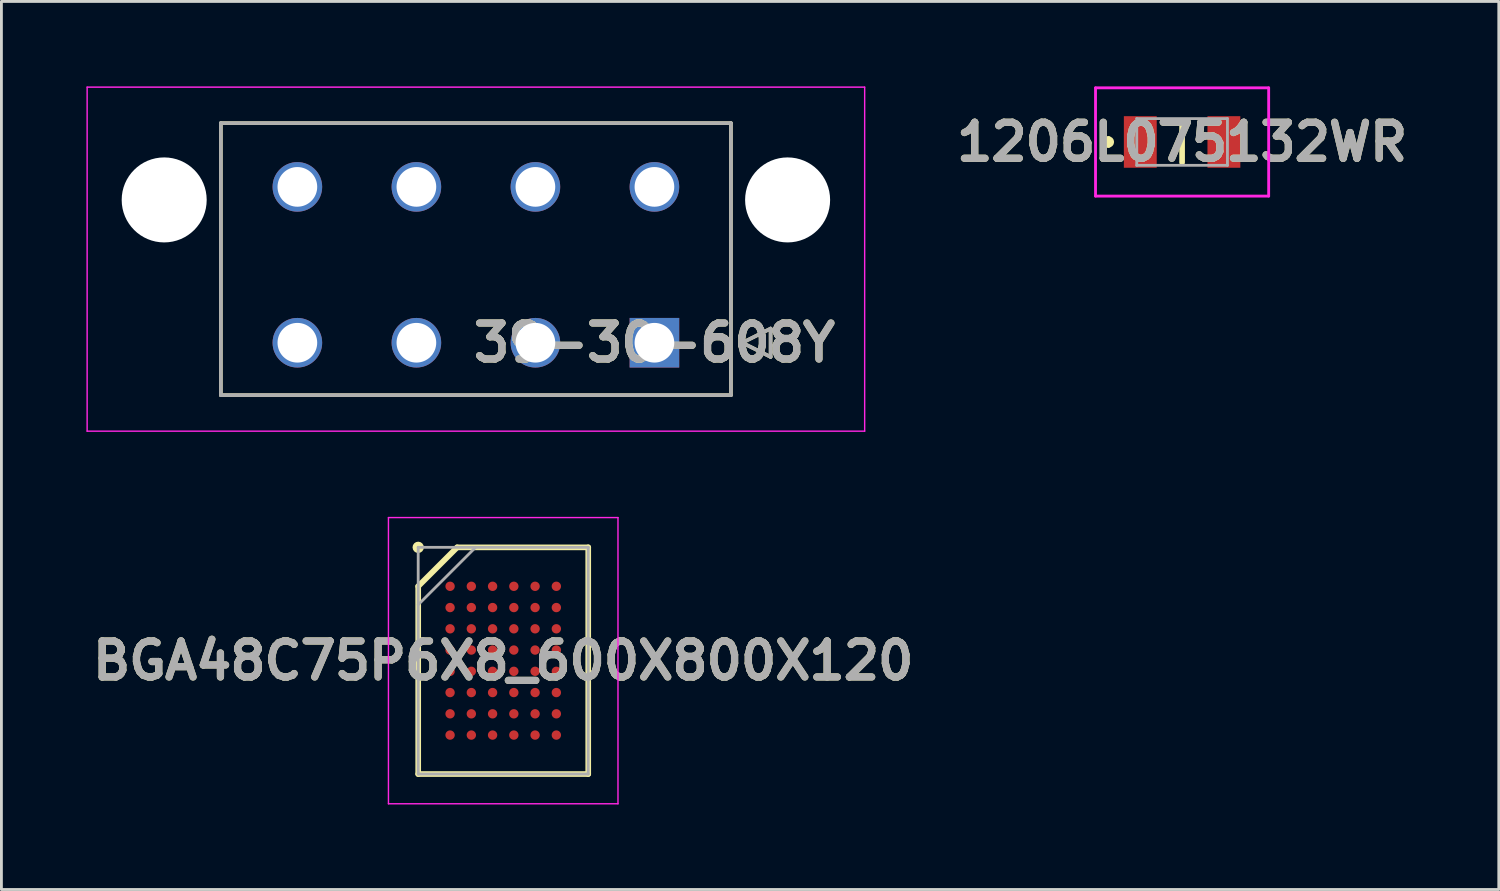
<source format=kicad_pcb>
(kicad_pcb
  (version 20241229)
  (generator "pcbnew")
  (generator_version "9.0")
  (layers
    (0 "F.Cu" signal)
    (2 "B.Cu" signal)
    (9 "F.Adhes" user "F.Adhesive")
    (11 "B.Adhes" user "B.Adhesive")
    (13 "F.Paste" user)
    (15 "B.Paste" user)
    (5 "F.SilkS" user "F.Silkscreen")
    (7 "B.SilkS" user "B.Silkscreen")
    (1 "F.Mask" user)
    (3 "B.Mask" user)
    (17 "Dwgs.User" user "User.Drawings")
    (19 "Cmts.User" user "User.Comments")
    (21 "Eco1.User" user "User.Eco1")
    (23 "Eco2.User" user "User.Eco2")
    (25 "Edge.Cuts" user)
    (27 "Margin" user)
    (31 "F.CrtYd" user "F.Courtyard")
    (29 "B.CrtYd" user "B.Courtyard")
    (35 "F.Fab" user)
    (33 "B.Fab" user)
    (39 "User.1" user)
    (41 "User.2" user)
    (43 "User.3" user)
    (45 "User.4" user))
  (footprint "39-30-608Y"
    (layer "F.Cu")
    (at 20.044 9.045)
    (property "Reference" "39-30-608Y" (at 0 0 0) (layer "F.SilkS") (effects (font (size 1.27 1.27) (thickness 0.254))))
    (attr through_hole)
    (fp_line (start -15.3 -7.75) (end 2.7 -7.75) (stroke (width 0.127) (type solid)) (layer "F.SilkS"))
    (fp_line (start -15.3 1.85) (end -15.3 -7.75) (stroke (width 0.127) (type solid)) (layer "F.SilkS"))
    (fp_line (start 2.7 -7.75) (end 2.7 1.85) (stroke (width 0.127) (type solid)) (layer "F.SilkS"))
    (fp_line (start 2.7 1.85) (end -15.3 1.85) (stroke (width 0.127) (type solid)) (layer "F.SilkS"))
    (fp_line (start 3.1 0) (end 4.1 -0.5) (stroke (width 0.127) (type solid)) (layer "F.SilkS"))
    (fp_line (start 4.1 -0.5) (end 4.1 0.5) (stroke (width 0.127) (type solid)) (layer "F.SilkS"))
    (fp_line (start 4.1 0.5) (end 3.1 0) (stroke (width 0.127) (type solid)) (layer "F.SilkS"))
    (fp_line (start -20.019 -9.02) (end 7.419 -9.02) (stroke (width 0.05) (type solid)) (layer "F.CrtYd"))
    (fp_line (start -20.019 3.12) (end -20.019 -9.02) (stroke (width 0.05) (type solid)) (layer "F.CrtYd"))
    (fp_line (start 7.419 -9.02) (end 7.419 3.12) (stroke (width 0.05) (type solid)) (layer "F.CrtYd"))
    (fp_line (start 7.419 3.12) (end -20.019 3.12) (stroke (width 0.05) (type solid)) (layer "F.CrtYd"))
    (fp_line (start -15.3 -7.75) (end 2.7 -7.75) (stroke (width 0.127) (type solid)) (layer "F.Fab"))
    (fp_line (start -15.3 1.85) (end -15.3 -7.75) (stroke (width 0.127) (type solid)) (layer "F.Fab"))
    (fp_line (start 2.7 -7.75) (end 2.7 1.85) (stroke (width 0.127) (type solid)) (layer "F.Fab"))
    (fp_line (start 2.7 1.85) (end -15.3 1.85) (stroke (width 0.127) (type solid)) (layer "F.Fab"))
    (fp_line (start 3.1 0) (end 4.1 -0.5) (stroke (width 0.127) (type solid)) (layer "F.Fab"))
    (fp_line (start 4.1 -0.5) (end 4.1 0.5) (stroke (width 0.127) (type solid)) (layer "F.Fab"))
    (fp_line (start 4.1 0.5) (end 3.1 0) (stroke (width 0.127) (type solid)) (layer "F.Fab"))
    (fp_text user "${REFERENCE}" (at 0 0 0) (layer "F.Fab") (effects (font (size 1.27 1.27) (thickness 0.254))))
    (pad "" np_thru_hole circle (at -17.3 -5.04) (size 3 3) (drill 3) (layers "*.Cu" "*.Mask"))
    (pad "" np_thru_hole circle (at 4.7 -5.04) (size 3 3) (drill 3) (layers "*.Cu" "*.Mask"))
    (pad "1" thru_hole rect (at 0 0) (size 1.75 1.75) (drill 1.4) (layers "*.Cu" "*.Mask"))
    (pad "2" thru_hole circle (at -4.2 0) (size 1.75 1.75) (drill 1.4) (layers "*.Cu" "*.Mask"))
    (pad "3" thru_hole circle (at -8.4 0) (size 1.75 1.75) (drill 1.4) (layers "*.Cu" "*.Mask"))
    (pad "4" thru_hole circle (at -12.6 0) (size 1.75 1.75) (drill 1.4) (layers "*.Cu" "*.Mask"))
    (pad "5" thru_hole circle (at 0 -5.5) (size 1.75 1.75) (drill 1.4) (layers "*.Cu" "*.Mask"))
    (pad "6" thru_hole circle (at -4.2 -5.5) (size 1.75 1.75) (drill 1.4) (layers "*.Cu" "*.Mask"))
    (pad "7" thru_hole circle (at -8.4 -5.5) (size 1.75 1.75) (drill 1.4) (layers "*.Cu" "*.Mask"))
    (pad "8" thru_hole circle (at -12.6 -5.5) (size 1.75 1.75) (drill 1.4) (layers "*.Cu" "*.Mask")))
  (footprint "1206L075132WR"
    (layer "F.Cu")
    (at 38.665 1.96)
    (property "Reference" "1206L075132WR" (at 0 0 0) (layer "F.SilkS") (effects (font (size 1.27 1.27) (thickness 0.254))))
    (attr smd)
    (fp_line (start -2.6 -0.1) (end -2.6 -0.1) (stroke (width 0.2) (type solid)) (layer "F.SilkS"))
    (fp_line (start -2.6 0.1) (end -2.6 0.1) (stroke (width 0.2) (type solid)) (layer "F.SilkS"))
    (fp_line (start 0 -0.725) (end 0 0.725) (stroke (width 0.2) (type solid)) (layer "F.SilkS"))
    (fp_arc (start -2.6 -0.1) (mid -2.5 0) (end -2.6 0.1) (stroke (width 0.2) (type solid)) (layer "F.SilkS"))
    (fp_arc (start -2.6 0.1) (mid -2.7 0) (end -2.6 -0.1) (stroke (width 0.2) (type solid)) (layer "F.SilkS"))
    (fp_line (start -3.055 -1.91) (end 3.055 -1.91) (stroke (width 0.1) (type solid)) (layer "F.CrtYd"))
    (fp_line (start -3.055 1.91) (end -3.055 -1.91) (stroke (width 0.1) (type solid)) (layer "F.CrtYd"))
    (fp_line (start 3.055 -1.91) (end 3.055 1.91) (stroke (width 0.1) (type solid)) (layer "F.CrtYd"))
    (fp_line (start 3.055 1.91) (end -3.055 1.91) (stroke (width 0.1) (type solid)) (layer "F.CrtYd"))
    (fp_line (start -1.6 -0.825) (end 1.6 -0.825) (stroke (width 0.1) (type solid)) (layer "F.Fab"))
    (fp_line (start -1.6 0.825) (end -1.6 -0.825) (stroke (width 0.1) (type solid)) (layer "F.Fab"))
    (fp_line (start 1.6 -0.825) (end 1.6 0.825) (stroke (width 0.1) (type solid)) (layer "F.Fab"))
    (fp_line (start 1.6 0.825) (end -1.6 0.825) (stroke (width 0.1) (type solid)) (layer "F.Fab"))
    (fp_text user "${REFERENCE}" (at 0 0 0) (layer "F.Fab") (effects (font (size 1.27 1.27) (thickness 0.254))))
    (pad "1" smd rect (at -1.475 0) (size 1.16 1.82) (layers "F.Cu" "F.Mask" "F.Paste"))
    (pad "2" smd rect (at 1.475 0) (size 1.16 1.82) (layers "F.Cu" "F.Mask" "F.Paste")))
  (footprint "BGA48C75P6X8_600X800X120"
    (layer "F.Cu")
    (at 14.708 20.265)
    (property "Reference" "BGA48C75P6X8_600X800X120" (at 0 0 0) (layer "F.SilkS") (effects (font (size 1.27 1.27) (thickness 0.254))))
    (attr smd)
    (fp_line (start -3 -2.625) (end -1.625 -4) (stroke (width 0.2) (type solid)) (layer "F.SilkS"))
    (fp_line (start -3 4) (end -3 -2.625) (stroke (width 0.2) (type solid)) (layer "F.SilkS"))
    (fp_line (start -1.625 -4) (end 3 -4) (stroke (width 0.2) (type solid)) (layer "F.SilkS"))
    (fp_line (start 3 -4) (end 3 4) (stroke (width 0.2) (type solid)) (layer "F.SilkS"))
    (fp_line (start 3 4) (end -3 4) (stroke (width 0.2) (type solid)) (layer "F.SilkS"))
    (fp_circle (center -3 -4) (end -3 -3.9) (stroke (width 0.2) (type solid)) (fill no) (layer "F.SilkS"))
    (fp_line (start -4.05 -5.05) (end 4.05 -5.05) (stroke (width 0.05) (type solid)) (layer "F.CrtYd"))
    (fp_line (start -4.05 5.05) (end -4.05 -5.05) (stroke (width 0.05) (type solid)) (layer "F.CrtYd"))
    (fp_line (start 4.05 -5.05) (end 4.05 5.05) (stroke (width 0.05) (type solid)) (layer "F.CrtYd"))
    (fp_line (start 4.05 5.05) (end -4.05 5.05) (stroke (width 0.05) (type solid)) (layer "F.CrtYd"))
    (fp_line (start -3 -4) (end 3 -4) (stroke (width 0.1) (type solid)) (layer "F.Fab"))
    (fp_line (start -3 -1.975) (end -0.975 -4) (stroke (width 0.1) (type solid)) (layer "F.Fab"))
    (fp_line (start -3 4) (end -3 -4) (stroke (width 0.1) (type solid)) (layer "F.Fab"))
    (fp_line (start 3 -4) (end 3 4) (stroke (width 0.1) (type solid)) (layer "F.Fab"))
    (fp_line (start 3 4) (end -3 4) (stroke (width 0.1) (type solid)) (layer "F.Fab"))
    (fp_text user "${REFERENCE}" (at 0 0 0) (layer "F.Fab") (effects (font (size 1.27 1.27) (thickness 0.254))))
    (pad "A1" smd circle (at -1.875 -2.625 90) (size 0.33 0.33) (layers "F.Cu" "F.Mask" "F.Paste"))
    (pad "A2" smd circle (at -1.125 -2.625 90) (size 0.33 0.33) (layers "F.Cu" "F.Mask" "F.Paste"))
    (pad "A3" smd circle (at -0.375 -2.625 90) (size 0.33 0.33) (layers "F.Cu" "F.Mask" "F.Paste"))
    (pad "A4" smd circle (at 0.375 -2.625 90) (size 0.33 0.33) (layers "F.Cu" "F.Mask" "F.Paste"))
    (pad "A5" smd circle (at 1.125 -2.625 90) (size 0.33 0.33) (layers "F.Cu" "F.Mask" "F.Paste"))
    (pad "A6" smd circle (at 1.875 -2.625 90) (size 0.33 0.33) (layers "F.Cu" "F.Mask" "F.Paste"))
    (pad "B1" smd circle (at -1.875 -1.875 90) (size 0.33 0.33) (layers "F.Cu" "F.Mask" "F.Paste"))
    (pad "B2" smd circle (at -1.125 -1.875 90) (size 0.33 0.33) (layers "F.Cu" "F.Mask" "F.Paste"))
    (pad "B3" smd circle (at -0.375 -1.875 90) (size 0.33 0.33) (layers "F.Cu" "F.Mask" "F.Paste"))
    (pad "B4" smd circle (at 0.375 -1.875 90) (size 0.33 0.33) (layers "F.Cu" "F.Mask" "F.Paste"))
    (pad "B5" smd circle (at 1.125 -1.875 90) (size 0.33 0.33) (layers "F.Cu" "F.Mask" "F.Paste"))
    (pad "B6" smd circle (at 1.875 -1.875 90) (size 0.33 0.33) (layers "F.Cu" "F.Mask" "F.Paste"))
    (pad "C1" smd circle (at -1.875 -1.125 90) (size 0.33 0.33) (layers "F.Cu" "F.Mask" "F.Paste"))
    (pad "C2" smd circle (at -1.125 -1.125 90) (size 0.33 0.33) (layers "F.Cu" "F.Mask" "F.Paste"))
    (pad "C3" smd circle (at -0.375 -1.125 90) (size 0.33 0.33) (layers "F.Cu" "F.Mask" "F.Paste"))
    (pad "C4" smd circle (at 0.375 -1.125 90) (size 0.33 0.33) (layers "F.Cu" "F.Mask" "F.Paste"))
    (pad "C5" smd circle (at 1.125 -1.125 90) (size 0.33 0.33) (layers "F.Cu" "F.Mask" "F.Paste"))
    (pad "C6" smd circle (at 1.875 -1.125 90) (size 0.33 0.33) (layers "F.Cu" "F.Mask" "F.Paste"))
    (pad "D1" smd circle (at -1.875 -0.375 90) (size 0.33 0.33) (layers "F.Cu" "F.Mask" "F.Paste"))
    (pad "D2" smd circle (at -1.125 -0.375 90) (size 0.33 0.33) (layers "F.Cu" "F.Mask" "F.Paste"))
    (pad "D3" smd circle (at -0.375 -0.375 90) (size 0.33 0.33) (layers "F.Cu" "F.Mask" "F.Paste"))
    (pad "D4" smd circle (at 0.375 -0.375 90) (size 0.33 0.33) (layers "F.Cu" "F.Mask" "F.Paste"))
    (pad "D5" smd circle (at 1.125 -0.375 90) (size 0.33 0.33) (layers "F.Cu" "F.Mask" "F.Paste"))
    (pad "D6" smd circle (at 1.875 -0.375 90) (size 0.33 0.33) (layers "F.Cu" "F.Mask" "F.Paste"))
    (pad "E1" smd circle (at -1.875 0.375 90) (size 0.33 0.33) (layers "F.Cu" "F.Mask" "F.Paste"))
    (pad "E2" smd circle (at -1.125 0.375 90) (size 0.33 0.33) (layers "F.Cu" "F.Mask" "F.Paste"))
    (pad "E3" smd circle (at -0.375 0.375 90) (size 0.33 0.33) (layers "F.Cu" "F.Mask" "F.Paste"))
    (pad "E4" smd circle (at 0.375 0.375 90) (size 0.33 0.33) (layers "F.Cu" "F.Mask" "F.Paste"))
    (pad "E5" smd circle (at 1.125 0.375 90) (size 0.33 0.33) (layers "F.Cu" "F.Mask" "F.Paste"))
    (pad "E6" smd circle (at 1.875 0.375 90) (size 0.33 0.33) (layers "F.Cu" "F.Mask" "F.Paste"))
    (pad "F1" smd circle (at -1.875 1.125 90) (size 0.33 0.33) (layers "F.Cu" "F.Mask" "F.Paste"))
    (pad "F2" smd circle (at -1.125 1.125 90) (size 0.33 0.33) (layers "F.Cu" "F.Mask" "F.Paste"))
    (pad "F3" smd circle (at -0.375 1.125 90) (size 0.33 0.33) (layers "F.Cu" "F.Mask" "F.Paste"))
    (pad "F4" smd circle (at 0.375 1.125 90) (size 0.33 0.33) (layers "F.Cu" "F.Mask" "F.Paste"))
    (pad "F5" smd circle (at 1.125 1.125 90) (size 0.33 0.33) (layers "F.Cu" "F.Mask" "F.Paste"))
    (pad "F6" smd circle (at 1.875 1.125 90) (size 0.33 0.33) (layers "F.Cu" "F.Mask" "F.Paste"))
    (pad "G1" smd circle (at -1.875 1.875 90) (size 0.33 0.33) (layers "F.Cu" "F.Mask" "F.Paste"))
    (pad "G2" smd circle (at -1.125 1.875 90) (size 0.33 0.33) (layers "F.Cu" "F.Mask" "F.Paste"))
    (pad "G3" smd circle (at -0.375 1.875 90) (size 0.33 0.33) (layers "F.Cu" "F.Mask" "F.Paste"))
    (pad "G4" smd circle (at 0.375 1.875 90) (size 0.33 0.33) (layers "F.Cu" "F.Mask" "F.Paste"))
    (pad "G5" smd circle (at 1.125 1.875 90) (size 0.33 0.33) (layers "F.Cu" "F.Mask" "F.Paste"))
    (pad "G6" smd circle (at 1.875 1.875 90) (size 0.33 0.33) (layers "F.Cu" "F.Mask" "F.Paste"))
    (pad "H1" smd circle (at -1.875 2.625 90) (size 0.33 0.33) (layers "F.Cu" "F.Mask" "F.Paste"))
    (pad "H2" smd circle (at -1.125 2.625 90) (size 0.33 0.33) (layers "F.Cu" "F.Mask" "F.Paste"))
    (pad "H3" smd circle (at -0.375 2.625 90) (size 0.33 0.33) (layers "F.Cu" "F.Mask" "F.Paste"))
    (pad "H4" smd circle (at 0.375 2.625 90) (size 0.33 0.33) (layers "F.Cu" "F.Mask" "F.Paste"))
    (pad "H5" smd circle (at 1.125 2.625 90) (size 0.33 0.33) (layers "F.Cu" "F.Mask" "F.Paste"))
    (pad "H6" smd circle (at 1.875 2.625 90) (size 0.33 0.33) (layers "F.Cu" "F.Mask" "F.Paste")))
  (gr_rect
    (start -3 -3)
    (end 49.841 28.34)
    (stroke (width 0.1) (type default))
    (fill no)
    (layer "Edge.Cuts")))
</source>
